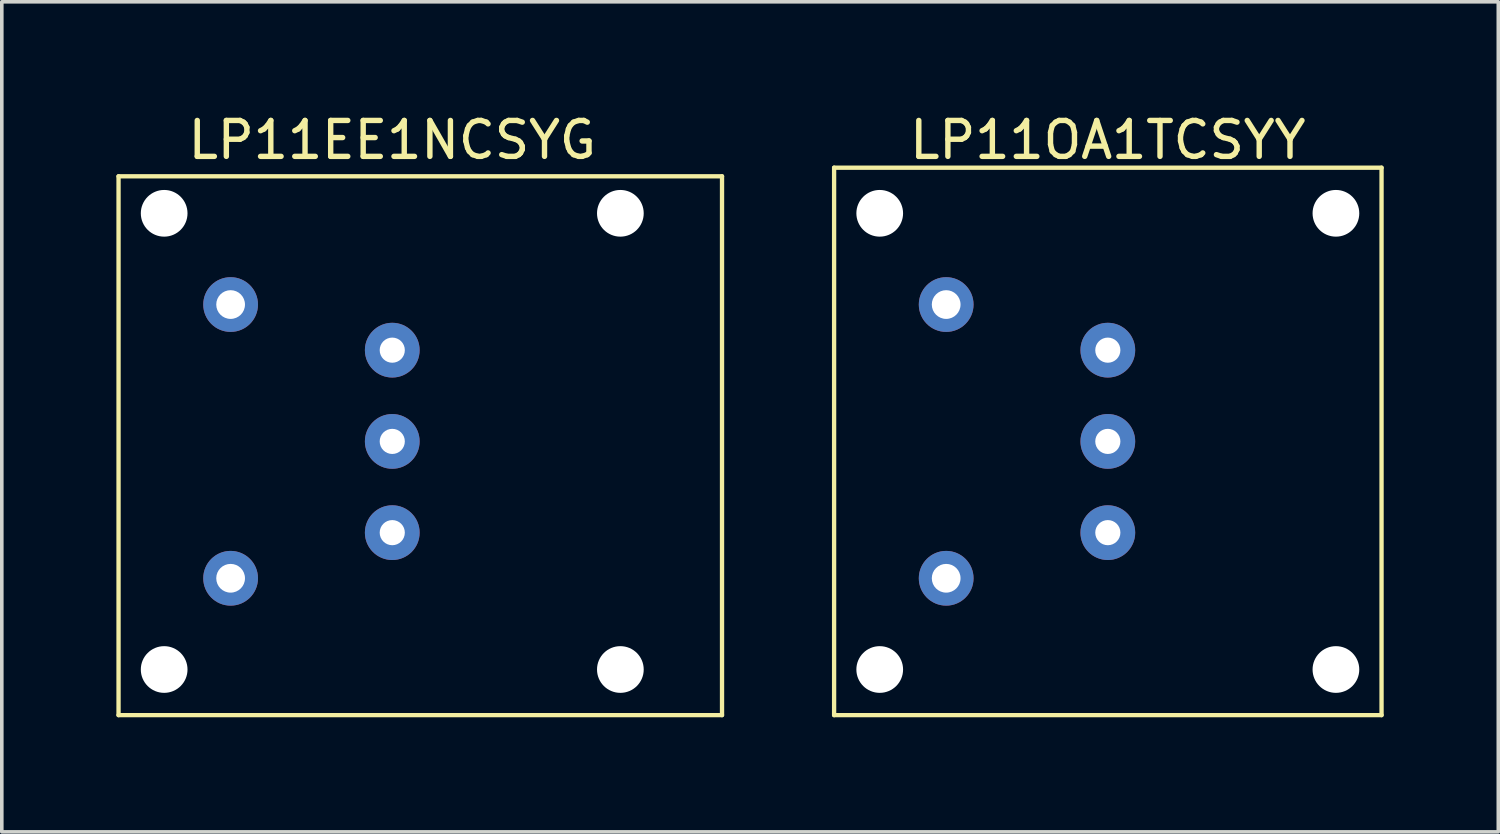
<source format=kicad_pcb>
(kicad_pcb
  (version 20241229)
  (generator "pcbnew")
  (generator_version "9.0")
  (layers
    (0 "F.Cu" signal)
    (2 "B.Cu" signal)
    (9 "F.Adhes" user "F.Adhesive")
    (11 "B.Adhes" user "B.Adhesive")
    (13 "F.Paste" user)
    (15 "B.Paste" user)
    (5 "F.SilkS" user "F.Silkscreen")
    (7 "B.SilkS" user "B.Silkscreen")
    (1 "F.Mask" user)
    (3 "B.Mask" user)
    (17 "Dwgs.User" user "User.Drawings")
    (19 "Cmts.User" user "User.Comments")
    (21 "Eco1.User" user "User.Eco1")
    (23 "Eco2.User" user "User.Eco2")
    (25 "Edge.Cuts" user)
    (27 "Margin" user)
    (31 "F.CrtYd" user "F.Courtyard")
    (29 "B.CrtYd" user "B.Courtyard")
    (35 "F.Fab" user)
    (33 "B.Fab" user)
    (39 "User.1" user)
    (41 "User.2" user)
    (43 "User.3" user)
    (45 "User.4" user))
  (footprint "LP11EE1NCSYG"
    (layer "F.Cu")
    (at 0.25 1.858)
    (property "Reference" "LP11EE1NCSYG" (at 7.62 -1.01 0) (layer "F.SilkS") (effects (font (size 1 1) (thickness 0.15))))
    (attr through_hole)
    (fp_line (start 0 0) (end 0 15) (stroke (width 0.12) (type solid)) (layer "F.SilkS"))
    (fp_line (start 0 15) (end 16.8 15) (stroke (width 0.12) (type solid)) (layer "F.SilkS"))
    (fp_line (start 16.8 0) (end 0 0) (stroke (width 0.12) (type solid)) (layer "F.SilkS"))
    (fp_line (start 16.8 15) (end 16.8 0) (stroke (width 0.12) (type solid)) (layer "F.SilkS"))
    (pad "" np_thru_hole circle (at 1.27 1.03) (size 1.3 1.3) (drill 1.3) (layers "*.Cu" "*.Mask"))
    (pad "" np_thru_hole circle (at 1.27 13.73) (size 1.3 1.3) (drill 1.3) (layers "*.Cu" "*.Mask"))
    (pad "" np_thru_hole circle (at 13.97 1.03) (size 1.3 1.3) (drill 1.3) (layers "*.Cu" "*.Mask"))
    (pad "" np_thru_hole circle (at 13.97 13.73) (size 1.3 1.3) (drill 1.3) (layers "*.Cu" "*.Mask"))
    (pad "1" thru_hole circle (at 3.12 11.19) (size 1.524 1.524) (drill 0.8) (layers "*.Cu" "*.Mask"))
    (pad "2" thru_hole circle (at 3.12 3.57) (size 1.524 1.524) (drill 0.8) (layers "*.Cu" "*.Mask"))
    (pad "L1" thru_hole circle (at 7.62 9.92) (size 1.524 1.524) (drill 0.7) (layers "*.Cu" "*.Mask"))
    (pad "L2" thru_hole circle (at 7.62 4.84) (size 1.524 1.524) (drill 0.7) (layers "*.Cu" "*.Mask"))
    (pad "LC" thru_hole circle (at 7.62 7.38) (size 1.524 1.524) (drill 0.7) (layers "*.Cu" "*.Mask")))
  (footprint "LP11OA1TCSYY"
    (layer "F.Cu")
    (at 35.41 16.858)
    (property "Reference" "LP11OA1TCSYY" (at -7.62 -16.01 0) (layer "F.SilkS") (effects (font (size 1 1) (thickness 0.15))))
    (attr through_hole)
    (fp_line (start -15.24 -15.24) (end -15.24 0) (stroke (width 0.12) (type solid)) (layer "F.SilkS"))
    (fp_line (start -15.24 0) (end 0 0) (stroke (width 0.12) (type solid)) (layer "F.SilkS"))
    (fp_line (start 0 -15.24) (end -15.24 -15.24) (stroke (width 0.12) (type solid)) (layer "F.SilkS"))
    (fp_line (start 0 0) (end 0 -15.24) (stroke (width 0.12) (type solid)) (layer "F.SilkS"))
    (pad "" np_thru_hole circle (at -13.97 -13.97) (size 1.3 1.3) (drill 1.3) (layers "*.Cu" "*.Mask"))
    (pad "" np_thru_hole circle (at -13.97 -1.27) (size 1.3 1.3) (drill 1.3) (layers "*.Cu" "*.Mask"))
    (pad "" np_thru_hole circle (at -1.27 -13.97) (size 1.3 1.3) (drill 1.3) (layers "*.Cu" "*.Mask"))
    (pad "" np_thru_hole circle (at -1.27 -1.27) (size 1.3 1.3) (drill 1.3) (layers "*.Cu" "*.Mask"))
    (pad "1" thru_hole circle (at -12.12 -3.81) (size 1.524 1.524) (drill 0.8) (layers "*.Cu" "*.Mask"))
    (pad "2" thru_hole circle (at -12.12 -11.43) (size 1.524 1.524) (drill 0.8) (layers "*.Cu" "*.Mask"))
    (pad "L1" thru_hole circle (at -7.62 -5.08) (size 1.524 1.524) (drill 0.7) (layers "*.Cu" "*.Mask"))
    (pad "L2" thru_hole circle (at -7.62 -10.16) (size 1.524 1.524) (drill 0.7) (layers "*.Cu" "*.Mask"))
    (pad "LC" thru_hole circle (at -7.62 -7.62) (size 1.524 1.524) (drill 0.7) (layers "*.Cu" "*.Mask")))
  (gr_rect
    (start -3 -3)
    (end 38.66 20.108)
    (stroke (width 0.1) (type default))
    (fill no)
    (layer "Edge.Cuts")))
</source>
